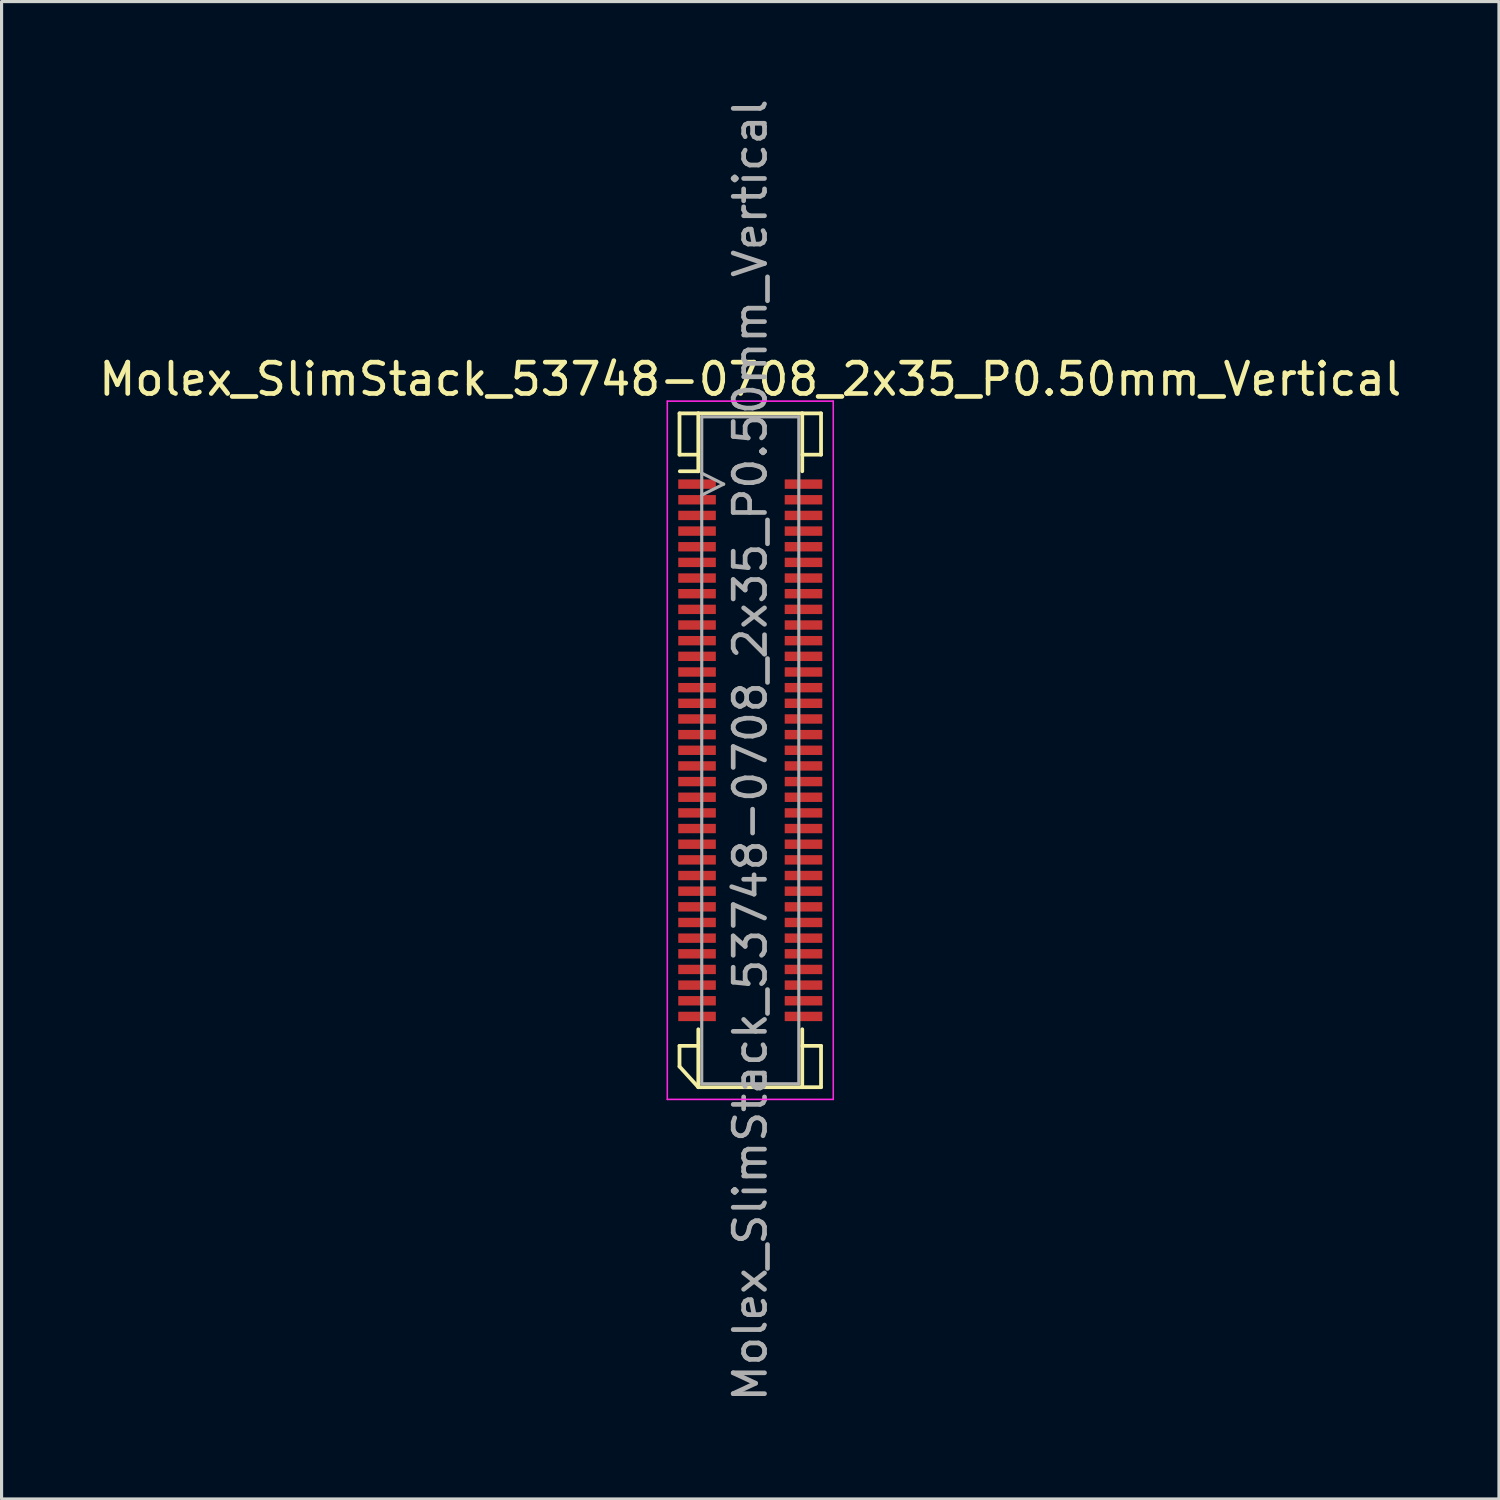
<source format=kicad_pcb>
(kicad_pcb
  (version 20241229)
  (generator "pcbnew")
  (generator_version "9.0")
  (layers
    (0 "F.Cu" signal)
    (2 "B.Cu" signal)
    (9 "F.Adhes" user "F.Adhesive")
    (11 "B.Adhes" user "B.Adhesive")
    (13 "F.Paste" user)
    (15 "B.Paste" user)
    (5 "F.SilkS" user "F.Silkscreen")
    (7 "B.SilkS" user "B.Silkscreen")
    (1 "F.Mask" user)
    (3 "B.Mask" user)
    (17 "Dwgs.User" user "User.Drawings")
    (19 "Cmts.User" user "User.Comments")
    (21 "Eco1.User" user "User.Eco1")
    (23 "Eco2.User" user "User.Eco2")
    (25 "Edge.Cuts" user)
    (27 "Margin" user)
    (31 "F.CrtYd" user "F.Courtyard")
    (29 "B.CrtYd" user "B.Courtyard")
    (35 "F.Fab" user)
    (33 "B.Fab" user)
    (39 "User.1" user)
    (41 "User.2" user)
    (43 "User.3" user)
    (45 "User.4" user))
  (footprint "Molex_SlimStack_53748-0708_2x35_P0.50mm_Vertical"
    (layer "F.Cu")
    (at 20.911 20.911)
    (property "Reference" "Molex_SlimStack_53748-0708_2x35_P0.50mm_Vertical" (at 0 -11.85 0) (layer "F.SilkS") (effects (font (size 1 1) (thickness 0.15))))
    (attr smd)
    (fp_line (start -2.26 -10.76) (end -2.26 -9.44) (stroke (width 0.12) (type solid)) (layer "F.SilkS"))
    (fp_line (start -2.26 -9.44) (end -1.66 -9.44) (stroke (width 0.12) (type solid)) (layer "F.SilkS"))
    (fp_line (start -2.26 9.44) (end -1.66 9.44) (stroke (width 0.12) (type solid)) (layer "F.SilkS"))
    (fp_line (start -2.26 10.1) (end -2.26 9.44) (stroke (width 0.12) (type solid)) (layer "F.SilkS"))
    (fp_line (start -1.66 -10.76) (end -2.26 -10.76) (stroke (width 0.12) (type solid)) (layer "F.SilkS"))
    (fp_line (start -1.66 -10.76) (end -1.66 -8.91) (stroke (width 0.12) (type solid)) (layer "F.SilkS"))
    (fp_line (start -1.66 -8.91) (end -2.25 -8.91) (stroke (width 0.12) (type solid)) (layer "F.SilkS"))
    (fp_line (start -1.66 10.76) (end -2.26 10.1) (stroke (width 0.12) (type solid)) (layer "F.SilkS"))
    (fp_line (start -1.66 10.76) (end -1.66 8.91) (stroke (width 0.12) (type solid)) (layer "F.SilkS"))
    (fp_line (start 1.66 -10.76) (end -1.66 -10.76) (stroke (width 0.12) (type solid)) (layer "F.SilkS"))
    (fp_line (start 1.66 -10.76) (end 2.26 -10.76) (stroke (width 0.12) (type solid)) (layer "F.SilkS"))
    (fp_line (start 1.66 -8.91) (end 1.66 -10.76) (stroke (width 0.12) (type solid)) (layer "F.SilkS"))
    (fp_line (start 1.66 8.91) (end 1.66 10.76) (stroke (width 0.12) (type solid)) (layer "F.SilkS"))
    (fp_line (start 1.66 10.76) (end -1.66 10.76) (stroke (width 0.12) (type solid)) (layer "F.SilkS"))
    (fp_line (start 1.66 10.76) (end 2.26 10.76) (stroke (width 0.12) (type solid)) (layer "F.SilkS"))
    (fp_line (start 2.26 -10.76) (end 2.26 -9.44) (stroke (width 0.12) (type solid)) (layer "F.SilkS"))
    (fp_line (start 2.26 -9.44) (end 1.66 -9.44) (stroke (width 0.12) (type solid)) (layer "F.SilkS"))
    (fp_line (start 2.26 9.44) (end 1.66 9.44) (stroke (width 0.12) (type solid)) (layer "F.SilkS"))
    (fp_line (start 2.26 10.76) (end 2.26 9.44) (stroke (width 0.12) (type solid)) (layer "F.SilkS"))
    (fp_line (start -2.65 -11.15) (end -2.65 11.15) (stroke (width 0.05) (type solid)) (layer "F.CrtYd"))
    (fp_line (start -2.65 11.15) (end 2.65 11.15) (stroke (width 0.05) (type solid)) (layer "F.CrtYd"))
    (fp_line (start 2.65 -11.15) (end -2.65 -11.15) (stroke (width 0.05) (type solid)) (layer "F.CrtYd"))
    (fp_line (start 2.65 11.15) (end 2.65 -11.15) (stroke (width 0.05) (type solid)) (layer "F.CrtYd"))
    (fp_line (start -1.55 -10.65) (end -1.55 10.65) (stroke (width 0.1) (type solid)) (layer "F.Fab"))
    (fp_line (start -1.55 10.65) (end 1.55 10.65) (stroke (width 0.1) (type solid)) (layer "F.Fab"))
    (fp_line (start -0.85 -8.5) (end -1.55 -8.85) (stroke (width 0.1) (type solid)) (layer "F.Fab"))
    (fp_line (start -0.85 -8.5) (end -1.55 -8.15) (stroke (width 0.1) (type solid)) (layer "F.Fab"))
    (fp_line (start 1.55 -10.65) (end -1.55 -10.65) (stroke (width 0.1) (type solid)) (layer "F.Fab"))
    (fp_line (start 1.55 10.65) (end 1.55 -10.65) (stroke (width 0.1) (type solid)) (layer "F.Fab"))
    (fp_text user "${REFERENCE}" (at 0 0 90) (layer "F.Fab") (effects (font (size 1 1) (thickness 0.15))))
    (pad "1" smd rect (at -1.7 -8.5) (size 1.2 0.3) (layers "F.Cu" "F.Mask" "F.Paste"))
    (pad "2" smd rect (at 1.7 -8.5) (size 1.2 0.3) (layers "F.Cu" "F.Mask" "F.Paste"))
    (pad "3" smd rect (at -1.7 -8) (size 1.2 0.3) (layers "F.Cu" "F.Mask" "F.Paste"))
    (pad "4" smd rect (at 1.7 -8) (size 1.2 0.3) (layers "F.Cu" "F.Mask" "F.Paste"))
    (pad "5" smd rect (at -1.7 -7.5) (size 1.2 0.3) (layers "F.Cu" "F.Mask" "F.Paste"))
    (pad "6" smd rect (at 1.7 -7.5) (size 1.2 0.3) (layers "F.Cu" "F.Mask" "F.Paste"))
    (pad "7" smd rect (at -1.7 -7) (size 1.2 0.3) (layers "F.Cu" "F.Mask" "F.Paste"))
    (pad "8" smd rect (at 1.7 -7) (size 1.2 0.3) (layers "F.Cu" "F.Mask" "F.Paste"))
    (pad "9" smd rect (at -1.7 -6.5) (size 1.2 0.3) (layers "F.Cu" "F.Mask" "F.Paste"))
    (pad "10" smd rect (at 1.7 -6.5) (size 1.2 0.3) (layers "F.Cu" "F.Mask" "F.Paste"))
    (pad "11" smd rect (at -1.7 -6) (size 1.2 0.3) (layers "F.Cu" "F.Mask" "F.Paste"))
    (pad "12" smd rect (at 1.7 -6) (size 1.2 0.3) (layers "F.Cu" "F.Mask" "F.Paste"))
    (pad "13" smd rect (at -1.7 -5.5) (size 1.2 0.3) (layers "F.Cu" "F.Mask" "F.Paste"))
    (pad "14" smd rect (at 1.7 -5.5) (size 1.2 0.3) (layers "F.Cu" "F.Mask" "F.Paste"))
    (pad "15" smd rect (at -1.7 -5) (size 1.2 0.3) (layers "F.Cu" "F.Mask" "F.Paste"))
    (pad "16" smd rect (at 1.7 -5) (size 1.2 0.3) (layers "F.Cu" "F.Mask" "F.Paste"))
    (pad "17" smd rect (at -1.7 -4.5) (size 1.2 0.3) (layers "F.Cu" "F.Mask" "F.Paste"))
    (pad "18" smd rect (at 1.7 -4.5) (size 1.2 0.3) (layers "F.Cu" "F.Mask" "F.Paste"))
    (pad "19" smd rect (at -1.7 -4) (size 1.2 0.3) (layers "F.Cu" "F.Mask" "F.Paste"))
    (pad "20" smd rect (at 1.7 -4) (size 1.2 0.3) (layers "F.Cu" "F.Mask" "F.Paste"))
    (pad "21" smd rect (at -1.7 -3.5) (size 1.2 0.3) (layers "F.Cu" "F.Mask" "F.Paste"))
    (pad "22" smd rect (at 1.7 -3.5) (size 1.2 0.3) (layers "F.Cu" "F.Mask" "F.Paste"))
    (pad "23" smd rect (at -1.7 -3) (size 1.2 0.3) (layers "F.Cu" "F.Mask" "F.Paste"))
    (pad "24" smd rect (at 1.7 -3) (size 1.2 0.3) (layers "F.Cu" "F.Mask" "F.Paste"))
    (pad "25" smd rect (at -1.7 -2.5) (size 1.2 0.3) (layers "F.Cu" "F.Mask" "F.Paste"))
    (pad "26" smd rect (at 1.7 -2.5) (size 1.2 0.3) (layers "F.Cu" "F.Mask" "F.Paste"))
    (pad "27" smd rect (at -1.7 -2) (size 1.2 0.3) (layers "F.Cu" "F.Mask" "F.Paste"))
    (pad "28" smd rect (at 1.7 -2) (size 1.2 0.3) (layers "F.Cu" "F.Mask" "F.Paste"))
    (pad "29" smd rect (at -1.7 -1.5) (size 1.2 0.3) (layers "F.Cu" "F.Mask" "F.Paste"))
    (pad "30" smd rect (at 1.7 -1.5) (size 1.2 0.3) (layers "F.Cu" "F.Mask" "F.Paste"))
    (pad "31" smd rect (at -1.7 -1) (size 1.2 0.3) (layers "F.Cu" "F.Mask" "F.Paste"))
    (pad "32" smd rect (at 1.7 -1) (size 1.2 0.3) (layers "F.Cu" "F.Mask" "F.Paste"))
    (pad "33" smd rect (at -1.7 -0.5) (size 1.2 0.3) (layers "F.Cu" "F.Mask" "F.Paste"))
    (pad "34" smd rect (at 1.7 -0.5) (size 1.2 0.3) (layers "F.Cu" "F.Mask" "F.Paste"))
    (pad "35" smd rect (at -1.7 0) (size 1.2 0.3) (layers "F.Cu" "F.Mask" "F.Paste"))
    (pad "36" smd rect (at 1.7 0) (size 1.2 0.3) (layers "F.Cu" "F.Mask" "F.Paste"))
    (pad "37" smd rect (at -1.7 0.5) (size 1.2 0.3) (layers "F.Cu" "F.Mask" "F.Paste"))
    (pad "38" smd rect (at 1.7 0.5) (size 1.2 0.3) (layers "F.Cu" "F.Mask" "F.Paste"))
    (pad "39" smd rect (at -1.7 1) (size 1.2 0.3) (layers "F.Cu" "F.Mask" "F.Paste"))
    (pad "40" smd rect (at 1.7 1) (size 1.2 0.3) (layers "F.Cu" "F.Mask" "F.Paste"))
    (pad "41" smd rect (at -1.7 1.5) (size 1.2 0.3) (layers "F.Cu" "F.Mask" "F.Paste"))
    (pad "42" smd rect (at 1.7 1.5) (size 1.2 0.3) (layers "F.Cu" "F.Mask" "F.Paste"))
    (pad "43" smd rect (at -1.7 2) (size 1.2 0.3) (layers "F.Cu" "F.Mask" "F.Paste"))
    (pad "44" smd rect (at 1.7 2) (size 1.2 0.3) (layers "F.Cu" "F.Mask" "F.Paste"))
    (pad "45" smd rect (at -1.7 2.5) (size 1.2 0.3) (layers "F.Cu" "F.Mask" "F.Paste"))
    (pad "46" smd rect (at 1.7 2.5) (size 1.2 0.3) (layers "F.Cu" "F.Mask" "F.Paste"))
    (pad "47" smd rect (at -1.7 3) (size 1.2 0.3) (layers "F.Cu" "F.Mask" "F.Paste"))
    (pad "48" smd rect (at 1.7 3) (size 1.2 0.3) (layers "F.Cu" "F.Mask" "F.Paste"))
    (pad "49" smd rect (at -1.7 3.5) (size 1.2 0.3) (layers "F.Cu" "F.Mask" "F.Paste"))
    (pad "50" smd rect (at 1.7 3.5) (size 1.2 0.3) (layers "F.Cu" "F.Mask" "F.Paste"))
    (pad "51" smd rect (at -1.7 4) (size 1.2 0.3) (layers "F.Cu" "F.Mask" "F.Paste"))
    (pad "52" smd rect (at 1.7 4) (size 1.2 0.3) (layers "F.Cu" "F.Mask" "F.Paste"))
    (pad "53" smd rect (at -1.7 4.5) (size 1.2 0.3) (layers "F.Cu" "F.Mask" "F.Paste"))
    (pad "54" smd rect (at 1.7 4.5) (size 1.2 0.3) (layers "F.Cu" "F.Mask" "F.Paste"))
    (pad "55" smd rect (at -1.7 5) (size 1.2 0.3) (layers "F.Cu" "F.Mask" "F.Paste"))
    (pad "56" smd rect (at 1.7 5) (size 1.2 0.3) (layers "F.Cu" "F.Mask" "F.Paste"))
    (pad "57" smd rect (at -1.7 5.5) (size 1.2 0.3) (layers "F.Cu" "F.Mask" "F.Paste"))
    (pad "58" smd rect (at 1.7 5.5) (size 1.2 0.3) (layers "F.Cu" "F.Mask" "F.Paste"))
    (pad "59" smd rect (at -1.7 6) (size 1.2 0.3) (layers "F.Cu" "F.Mask" "F.Paste"))
    (pad "60" smd rect (at 1.7 6) (size 1.2 0.3) (layers "F.Cu" "F.Mask" "F.Paste"))
    (pad "61" smd rect (at -1.7 6.5) (size 1.2 0.3) (layers "F.Cu" "F.Mask" "F.Paste"))
    (pad "62" smd rect (at 1.7 6.5) (size 1.2 0.3) (layers "F.Cu" "F.Mask" "F.Paste"))
    (pad "63" smd rect (at -1.7 7) (size 1.2 0.3) (layers "F.Cu" "F.Mask" "F.Paste"))
    (pad "64" smd rect (at 1.7 7) (size 1.2 0.3) (layers "F.Cu" "F.Mask" "F.Paste"))
    (pad "65" smd rect (at -1.7 7.5) (size 1.2 0.3) (layers "F.Cu" "F.Mask" "F.Paste"))
    (pad "66" smd rect (at 1.7 7.5) (size 1.2 0.3) (layers "F.Cu" "F.Mask" "F.Paste"))
    (pad "67" smd rect (at -1.7 8) (size 1.2 0.3) (layers "F.Cu" "F.Mask" "F.Paste"))
    (pad "68" smd rect (at 1.7 8) (size 1.2 0.3) (layers "F.Cu" "F.Mask" "F.Paste"))
    (pad "69" smd rect (at -1.7 8.5) (size 1.2 0.3) (layers "F.Cu" "F.Mask" "F.Paste"))
    (pad "70" smd rect (at 1.7 8.5) (size 1.2 0.3) (layers "F.Cu" "F.Mask" "F.Paste")))
  (gr_rect
    (start -3 -3)
    (end 44.821 44.821)
    (stroke (width 0.1) (type default))
    (fill no)
    (layer "Edge.Cuts")))
</source>
